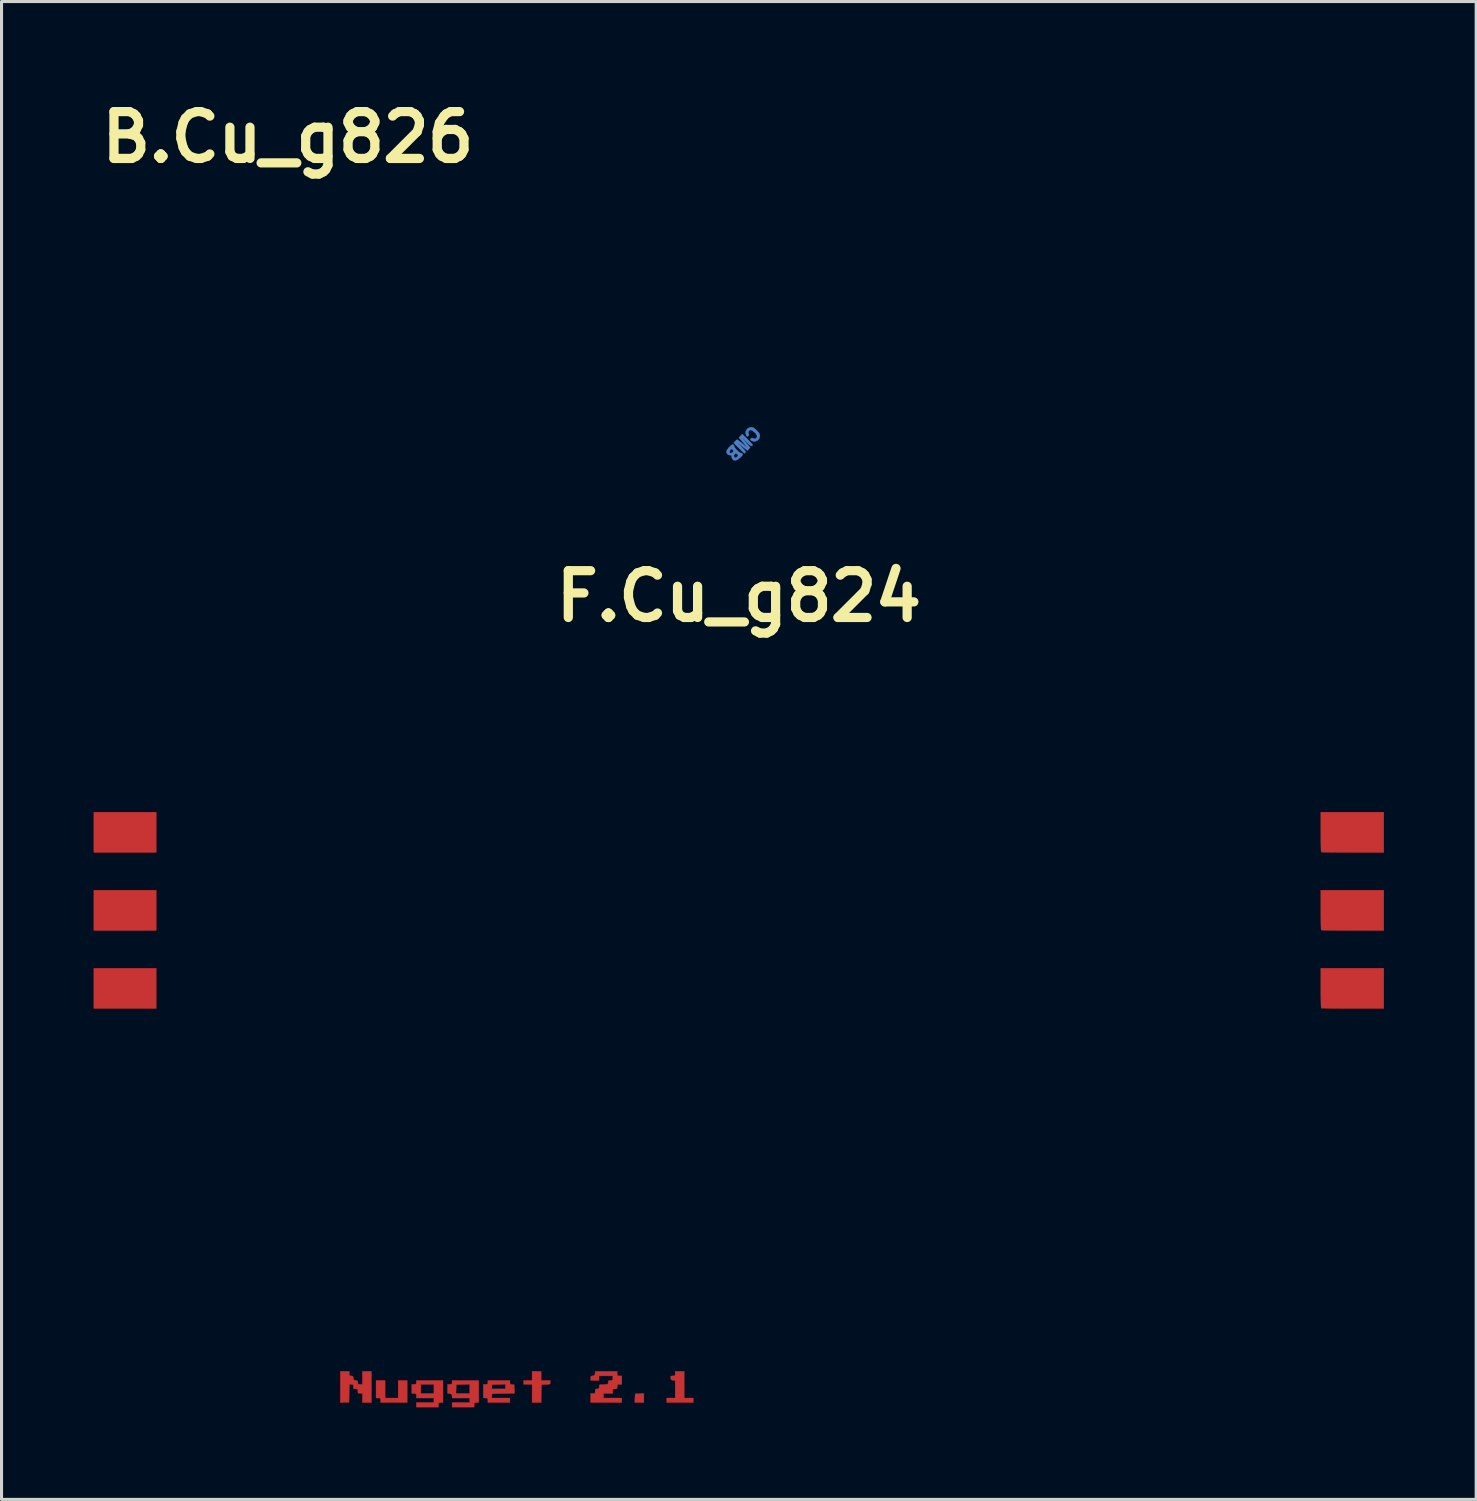
<source format=kicad_pcb>
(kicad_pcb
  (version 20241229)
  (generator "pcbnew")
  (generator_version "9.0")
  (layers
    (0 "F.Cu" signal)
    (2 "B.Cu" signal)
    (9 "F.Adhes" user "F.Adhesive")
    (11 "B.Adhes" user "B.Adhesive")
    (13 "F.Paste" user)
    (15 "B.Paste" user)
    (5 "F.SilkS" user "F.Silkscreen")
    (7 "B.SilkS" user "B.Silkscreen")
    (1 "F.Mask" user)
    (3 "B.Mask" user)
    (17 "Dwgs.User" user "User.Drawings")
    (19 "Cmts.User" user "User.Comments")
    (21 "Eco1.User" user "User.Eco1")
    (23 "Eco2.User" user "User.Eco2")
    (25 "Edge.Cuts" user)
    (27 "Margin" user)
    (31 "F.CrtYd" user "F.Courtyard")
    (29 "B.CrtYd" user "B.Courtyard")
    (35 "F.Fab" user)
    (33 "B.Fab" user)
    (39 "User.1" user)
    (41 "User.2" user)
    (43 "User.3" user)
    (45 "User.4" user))
  (footprint "F.Cu_g824"
    (layer "F.Cu")
    (at 21.002 16.362)
    (property "Reference" "F.Cu_g824" (at 0 0 0) (layer "F.SilkS") (effects (font (size 1.524 1.524) (thickness 0.3))))
    (attr through_hole)
    (fp_poly (pts (xy -18.965 8.34) (xy -20.997 8.34) (xy -20.997 7.027) (xy -18.965 7.027) (xy -18.965 8.34)) (stroke (width 0.01) (type solid)) (fill yes) (layer "F.Cu"))
    (fp_poly (pts (xy -18.965 10.88) (xy -20.997 10.88) (xy -20.997 9.567) (xy -18.965 9.567) (xy -18.965 10.88)) (stroke (width 0.01) (type solid)) (fill yes) (layer "F.Cu"))
    (fp_poly (pts (xy -18.965 13.42) (xy -20.997 13.42) (xy -20.997 12.107) (xy -18.965 12.107) (xy -18.965 13.42)) (stroke (width 0.01) (type solid)) (fill yes) (layer "F.Cu"))
    (fp_poly (pts (xy -3.09 26.247) (xy -3.389 26.247) (xy -3.376 25.961) (xy -3.09 25.948) (xy -3.09 26.247)) (stroke (width 0.01) (type solid)) (fill yes) (layer "F.Cu"))
    (fp_poly (pts (xy -11.515 26.099) (xy -11.091 26.099) (xy -11.091 25.527) (xy -10.795 25.527) (xy -10.795 26.247) (xy -11.663 26.247) (xy -11.663 26.173) (xy -11.666 26.123) (xy -11.685 26.103) (xy -11.731 26.099) (xy -11.737 26.099) (xy -11.811 26.099) (xy -11.811 25.527) (xy -11.515 25.527) (xy -11.515 26.099)) (stroke (width 0.01) (type solid)) (fill yes) (layer "F.Cu"))
    (fp_poly (pts (xy -6.435 25.527) (xy -6.138 25.527) (xy -6.138 25.59) (xy -6.14 25.623) (xy -6.151 25.642) (xy -6.181 25.652) (xy -6.239 25.656) (xy -6.281 25.658) (xy -6.424 25.665) (xy -6.43 25.956) (xy -6.436 26.247) (xy -6.731 26.247) (xy -6.731 25.654) (xy -7.006 25.654) (xy -7.006 25.527) (xy -6.731 25.527) (xy -6.731 25.231) (xy -6.435 25.231) (xy -6.435 25.527)) (stroke (width 0.01) (type solid)) (fill yes) (layer "F.Cu"))
    (fp_poly (pts (xy 20.997 8.34) (xy 19.985 8.34) (xy 19.782 8.339) (xy 19.592 8.339) (xy 19.419 8.337) (xy 19.267 8.336) (xy 19.141 8.333) (xy 19.045 8.331) (xy 18.983 8.328) (xy 18.958 8.326) (xy 18.958 8.326) (xy 18.955 8.302) (xy 18.952 8.241) (xy 18.949 8.148) (xy 18.947 8.029) (xy 18.945 7.889) (xy 18.944 7.732) (xy 18.944 7.669) (xy 18.944 7.027) (xy 20.997 7.027) (xy 20.997 8.34)) (stroke (width 0.01) (type solid)) (fill yes) (layer "F.Cu"))
    (fp_poly (pts (xy 20.997 10.88) (xy 19.985 10.88) (xy 19.782 10.879) (xy 19.592 10.879) (xy 19.419 10.877) (xy 19.267 10.876) (xy 19.141 10.873) (xy 19.045 10.871) (xy 18.983 10.868) (xy 18.958 10.866) (xy 18.958 10.866) (xy 18.955 10.842) (xy 18.952 10.781) (xy 18.949 10.688) (xy 18.947 10.569) (xy 18.945 10.429) (xy 18.944 10.272) (xy 18.944 10.209) (xy 18.944 9.567) (xy 20.997 9.567) (xy 20.997 10.88)) (stroke (width 0.01) (type solid)) (fill yes) (layer "F.Cu"))
    (fp_poly (pts (xy 20.997 13.42) (xy 19.985 13.42) (xy 19.782 13.419) (xy 19.592 13.419) (xy 19.419 13.417) (xy 19.267 13.416) (xy 19.141 13.413) (xy 19.045 13.411) (xy 18.983 13.408) (xy 18.958 13.406) (xy 18.958 13.406) (xy 18.955 13.382) (xy 18.952 13.321) (xy 18.949 13.228) (xy 18.947 13.109) (xy 18.945 12.969) (xy 18.944 12.812) (xy 18.944 12.749) (xy 18.944 12.107) (xy 20.997 12.107) (xy 20.997 13.42)) (stroke (width 0.01) (type solid)) (fill yes) (layer "F.Cu"))
    (fp_poly (pts (xy -1.778 26.099) (xy -1.482 26.099) (xy -1.482 26.247) (xy -2.349 26.247) (xy -2.349 26.099) (xy -2.074 26.099) (xy -2.074 25.53) (xy -2.143 25.523) (xy -2.192 25.513) (xy -2.213 25.485) (xy -2.219 25.448) (xy -2.22 25.402) (xy -2.204 25.383) (xy -2.159 25.379) (xy -2.15 25.379) (xy -2.1 25.376) (xy -2.079 25.358) (xy -2.074 25.313) (xy -2.074 25.305) (xy -2.074 25.231) (xy -1.778 25.231) (xy -1.778 26.099)) (stroke (width 0.01) (type solid)) (fill yes) (layer "F.Cu"))
    (fp_poly (pts (xy -9.631 26.247) (xy -9.705 26.247) (xy -9.755 26.25) (xy -9.775 26.268) (xy -9.779 26.315) (xy -9.779 26.321) (xy -9.779 26.395) (xy -10.499 26.395) (xy -10.499 26.247) (xy -9.927 26.247) (xy -9.927 26.099) (xy -10.499 26.099) (xy -10.499 26.024) (xy -10.502 25.975) (xy -10.52 25.954) (xy -10.567 25.95) (xy -10.573 25.95) (xy -10.647 25.95) (xy -10.647 25.654) (xy -10.573 25.654) (xy -10.351 25.654) (xy -10.351 25.95) (xy -9.927 25.95) (xy -9.927 25.654) (xy -10.351 25.654) (xy -10.573 25.654) (xy -10.523 25.65) (xy -10.503 25.633) (xy -10.499 25.59) (xy -10.499 25.527) (xy -9.631 25.527) (xy -9.631 26.247)) (stroke (width 0.01) (type solid)) (fill yes) (layer "F.Cu"))
    (fp_poly (pts (xy -8.467 26.247) (xy -8.541 26.247) (xy -8.59 26.25) (xy -8.611 26.268) (xy -8.615 26.315) (xy -8.615 26.321) (xy -8.615 26.395) (xy -9.335 26.395) (xy -9.335 26.247) (xy -8.763 26.247) (xy -8.763 26.099) (xy -9.332 26.099) (xy -9.338 26.03) (xy -9.349 25.981) (xy -9.376 25.96) (xy -9.414 25.954) (xy -9.455 25.95) (xy -9.209 25.95) (xy -8.763 25.95) (xy -8.763 25.653) (xy -8.98 25.659) (xy -9.197 25.665) (xy -9.203 25.807) (xy -9.209 25.95) (xy -9.455 25.95) (xy -9.483 25.948) (xy -9.483 25.654) (xy -9.409 25.654) (xy -9.359 25.65) (xy -9.338 25.633) (xy -9.335 25.59) (xy -9.335 25.527) (xy -8.467 25.527) (xy -8.467 26.247)) (stroke (width 0.01) (type solid)) (fill yes) (layer "F.Cu"))
    (fp_poly (pts (xy -7.451 25.589) (xy -7.445 25.633) (xy -7.42 25.652) (xy -7.382 25.658) (xy -7.313 25.665) (xy -7.301 25.949) (xy -7.667 25.955) (xy -8.033 25.961) (xy -8.039 26.03) (xy -8.046 26.099) (xy -7.451 26.099) (xy -7.451 26.247) (xy -8.17 26.247) (xy -8.17 26.173) (xy -8.174 26.123) (xy -8.192 26.103) (xy -8.239 26.099) (xy -8.244 26.099) (xy -8.319 26.099) (xy -8.319 25.802) (xy -8.046 25.802) (xy -7.599 25.802) (xy -7.599 25.653) (xy -7.816 25.659) (xy -8.033 25.665) (xy -8.039 25.733) (xy -8.046 25.802) (xy -8.319 25.802) (xy -8.319 25.654) (xy -8.244 25.654) (xy -8.195 25.65) (xy -8.174 25.633) (xy -8.17 25.59) (xy -8.17 25.527) (xy -7.451 25.527) (xy -7.451 25.589)) (stroke (width 0.01) (type solid)) (fill yes) (layer "F.Cu"))
    (fp_poly (pts (xy -12.679 25.305) (xy -12.675 25.355) (xy -12.657 25.375) (xy -12.617 25.379) (xy -12.573 25.384) (xy -12.554 25.41) (xy -12.548 25.448) (xy -12.538 25.496) (xy -12.51 25.517) (xy -12.472 25.523) (xy -12.425 25.533) (xy -12.406 25.557) (xy -12.404 25.592) (xy -12.399 25.634) (xy -12.378 25.651) (xy -12.33 25.654) (xy -12.255 25.654) (xy -12.255 25.231) (xy -11.959 25.231) (xy -11.959 26.247) (xy -12.255 26.247) (xy -12.255 25.95) (xy -12.33 25.95) (xy -12.379 25.947) (xy -12.4 25.929) (xy -12.404 25.882) (xy -12.404 25.876) (xy -12.407 25.827) (xy -12.425 25.806) (xy -12.472 25.802) (xy -12.478 25.802) (xy -12.527 25.799) (xy -12.548 25.78) (xy -12.552 25.734) (xy -12.552 25.728) (xy -12.555 25.678) (xy -12.573 25.658) (xy -12.615 25.654) (xy -12.678 25.654) (xy -12.689 26.236) (xy -12.832 26.242) (xy -12.975 26.249) (xy -12.975 25.231) (xy -12.679 25.231) (xy -12.679 25.305)) (stroke (width 0.01) (type solid)) (fill yes) (layer "F.Cu"))
    (fp_poly (pts (xy -3.958 25.305) (xy -3.955 25.354) (xy -3.936 25.375) (xy -3.89 25.379) (xy -3.884 25.379) (xy -3.81 25.379) (xy -3.81 25.654) (xy -3.884 25.654) (xy -3.934 25.657) (xy -3.954 25.676) (xy -3.958 25.722) (xy -3.958 25.728) (xy -3.961 25.778) (xy -3.98 25.798) (xy -4.027 25.802) (xy -4.032 25.802) (xy -4.082 25.805) (xy -4.102 25.824) (xy -4.106 25.871) (xy -4.106 25.876) (xy -4.106 25.95) (xy -4.403 25.95) (xy -4.403 26.099) (xy -3.81 26.099) (xy -3.81 26.247) (xy -4.826 26.247) (xy -4.826 25.95) (xy -4.752 25.95) (xy -4.702 25.947) (xy -4.682 25.929) (xy -4.678 25.882) (xy -4.678 25.876) (xy -4.674 25.826) (xy -4.656 25.806) (xy -4.616 25.802) (xy -4.572 25.797) (xy -4.553 25.771) (xy -4.547 25.733) (xy -4.54 25.665) (xy -4.397 25.658) (xy -4.322 25.654) (xy -4.279 25.648) (xy -4.26 25.634) (xy -4.255 25.608) (xy -4.255 25.59) (xy -4.25 25.548) (xy -4.229 25.53) (xy -4.18 25.527) (xy -4.131 25.524) (xy -4.11 25.505) (xy -4.106 25.459) (xy -4.106 25.453) (xy -4.106 25.379) (xy -4.551 25.379) (xy -4.551 25.527) (xy -4.826 25.527) (xy -4.826 25.454) (xy -4.822 25.405) (xy -4.801 25.383) (xy -4.757 25.375) (xy -4.709 25.365) (xy -4.688 25.337) (xy -4.682 25.299) (xy -4.675 25.231) (xy -3.958 25.231) (xy -3.958 25.305)) (stroke (width 0.01) (type solid)) (fill yes) (layer "F.Cu")))
  (footprint "B.Cu_g826"
    (layer "F.Cu")
    (at 6.321 1.418)
    (property "Reference" "B.Cu_g826" (at 0 0 0) (layer "F.SilkS") (effects (font (size 1.524 1.524) (thickness 0.3))))
    (attr through_hole)
    (fp_poly (pts (xy 15.129 9.446) (xy 15.173 9.467) (xy 15.226 9.51) (xy 15.262 9.545) (xy 15.321 9.608) (xy 15.354 9.657) (xy 15.366 9.702) (xy 15.367 9.722) (xy 15.349 9.799) (xy 15.302 9.859) (xy 15.237 9.896) (xy 15.163 9.905) (xy 15.092 9.88) (xy 15.082 9.873) (xy 15.054 9.847) (xy 15.06 9.824) (xy 15.074 9.809) (xy 15.106 9.787) (xy 15.14 9.796) (xy 15.153 9.803) (xy 15.2 9.82) (xy 15.235 9.808) (xy 15.273 9.767) (xy 15.272 9.713) (xy 15.232 9.647) (xy 15.198 9.61) (xy 15.125 9.55) (xy 15.065 9.53) (xy 15.018 9.549) (xy 14.999 9.573) (xy 14.987 9.617) (xy 15.001 9.65) (xy 15.014 9.687) (xy 14.993 9.72) (xy 14.989 9.723) (xy 14.959 9.744) (xy 14.938 9.731) (xy 14.927 9.715) (xy 14.901 9.638) (xy 14.91 9.563) (xy 14.949 9.498) (xy 15.013 9.454) (xy 15.081 9.44) (xy 15.129 9.446)) (stroke (width 0.01) (type solid)) (fill yes) (layer "B.Cu"))
    (fp_poly (pts (xy 14.965 9.832) (xy 15.032 9.901) (xy 15.087 9.959) (xy 15.123 10) (xy 15.134 10.017) (xy 15.117 10.038) (xy 15.098 10.048) (xy 15.071 10.045) (xy 15.03 10.018) (xy 14.97 9.962) (xy 14.914 9.905) (xy 14.848 9.836) (xy 14.81 9.798) (xy 14.8 9.792) (xy 14.817 9.817) (xy 14.862 9.874) (xy 14.935 9.962) (xy 14.939 9.967) (xy 15.052 10.102) (xy 15.005 10.151) (xy 14.959 10.201) (xy 14.901 10.154) (xy 14.854 10.116) (xy 14.789 10.063) (xy 14.729 10.013) (xy 14.682 9.975) (xy 14.659 9.958) (xy 14.662 9.965) (xy 14.691 9.997) (xy 14.749 10.057) (xy 14.769 10.078) (xy 14.84 10.152) (xy 14.883 10.204) (xy 14.902 10.238) (xy 14.9 10.258) (xy 14.897 10.261) (xy 14.869 10.284) (xy 14.86 10.287) (xy 14.841 10.273) (xy 14.799 10.235) (xy 14.74 10.178) (xy 14.68 10.118) (xy 14.512 9.949) (xy 14.562 9.896) (xy 14.6 9.86) (xy 14.627 9.843) (xy 14.629 9.842) (xy 14.651 9.856) (xy 14.698 9.891) (xy 14.761 9.942) (xy 14.811 9.984) (xy 14.879 10.043) (xy 14.921 10.077) (xy 14.937 10.086) (xy 14.926 10.068) (xy 14.889 10.021) (xy 14.824 9.944) (xy 14.795 9.91) (xy 14.682 9.777) (xy 14.739 9.72) (xy 14.795 9.664) (xy 14.965 9.832)) (stroke (width 0.01) (type solid)) (fill yes) (layer "B.Cu"))
    (fp_poly (pts (xy 14.5 10.005) (xy 14.508 10.01) (xy 14.529 10.043) (xy 14.529 10.061) (xy 14.538 10.088) (xy 14.57 10.131) (xy 14.616 10.181) (xy 14.666 10.229) (xy 14.712 10.265) (xy 14.743 10.28) (xy 14.749 10.279) (xy 14.777 10.283) (xy 14.798 10.3) (xy 14.809 10.322) (xy 14.801 10.348) (xy 14.769 10.386) (xy 14.727 10.427) (xy 14.641 10.494) (xy 14.568 10.521) (xy 14.507 10.509) (xy 14.467 10.47) (xy 14.448 10.421) (xy 14.448 10.385) (xy 14.449 10.371) (xy 14.52 10.371) (xy 14.534 10.419) (xy 14.567 10.435) (xy 14.612 10.416) (xy 14.634 10.396) (xy 14.656 10.365) (xy 14.649 10.341) (xy 14.627 10.319) (xy 14.59 10.294) (xy 14.561 10.301) (xy 14.552 10.308) (xy 14.525 10.348) (xy 14.52 10.371) (xy 14.449 10.371) (xy 14.449 10.361) (xy 14.42 10.351) (xy 14.396 10.351) (xy 14.332 10.335) (xy 14.298 10.3) (xy 14.278 10.248) (xy 14.283 10.225) (xy 14.381 10.225) (xy 14.384 10.265) (xy 14.412 10.286) (xy 14.421 10.287) (xy 14.457 10.272) (xy 14.485 10.248) (xy 14.509 10.216) (xy 14.5 10.192) (xy 14.482 10.174) (xy 14.45 10.151) (xy 14.426 10.158) (xy 14.405 10.18) (xy 14.381 10.225) (xy 14.283 10.225) (xy 14.289 10.192) (xy 14.334 10.126) (xy 14.39 10.067) (xy 14.442 10.02) (xy 14.476 10.001) (xy 14.5 10.005)) (stroke (width 0.01) (type solid)) (fill yes) (layer "B.Cu")))
  (gr_rect
    (start -3 -3)
    (end 45.005 45.762)
    (stroke (width 0.1) (type default))
    (fill no)
    (layer "Edge.Cuts")))
</source>
